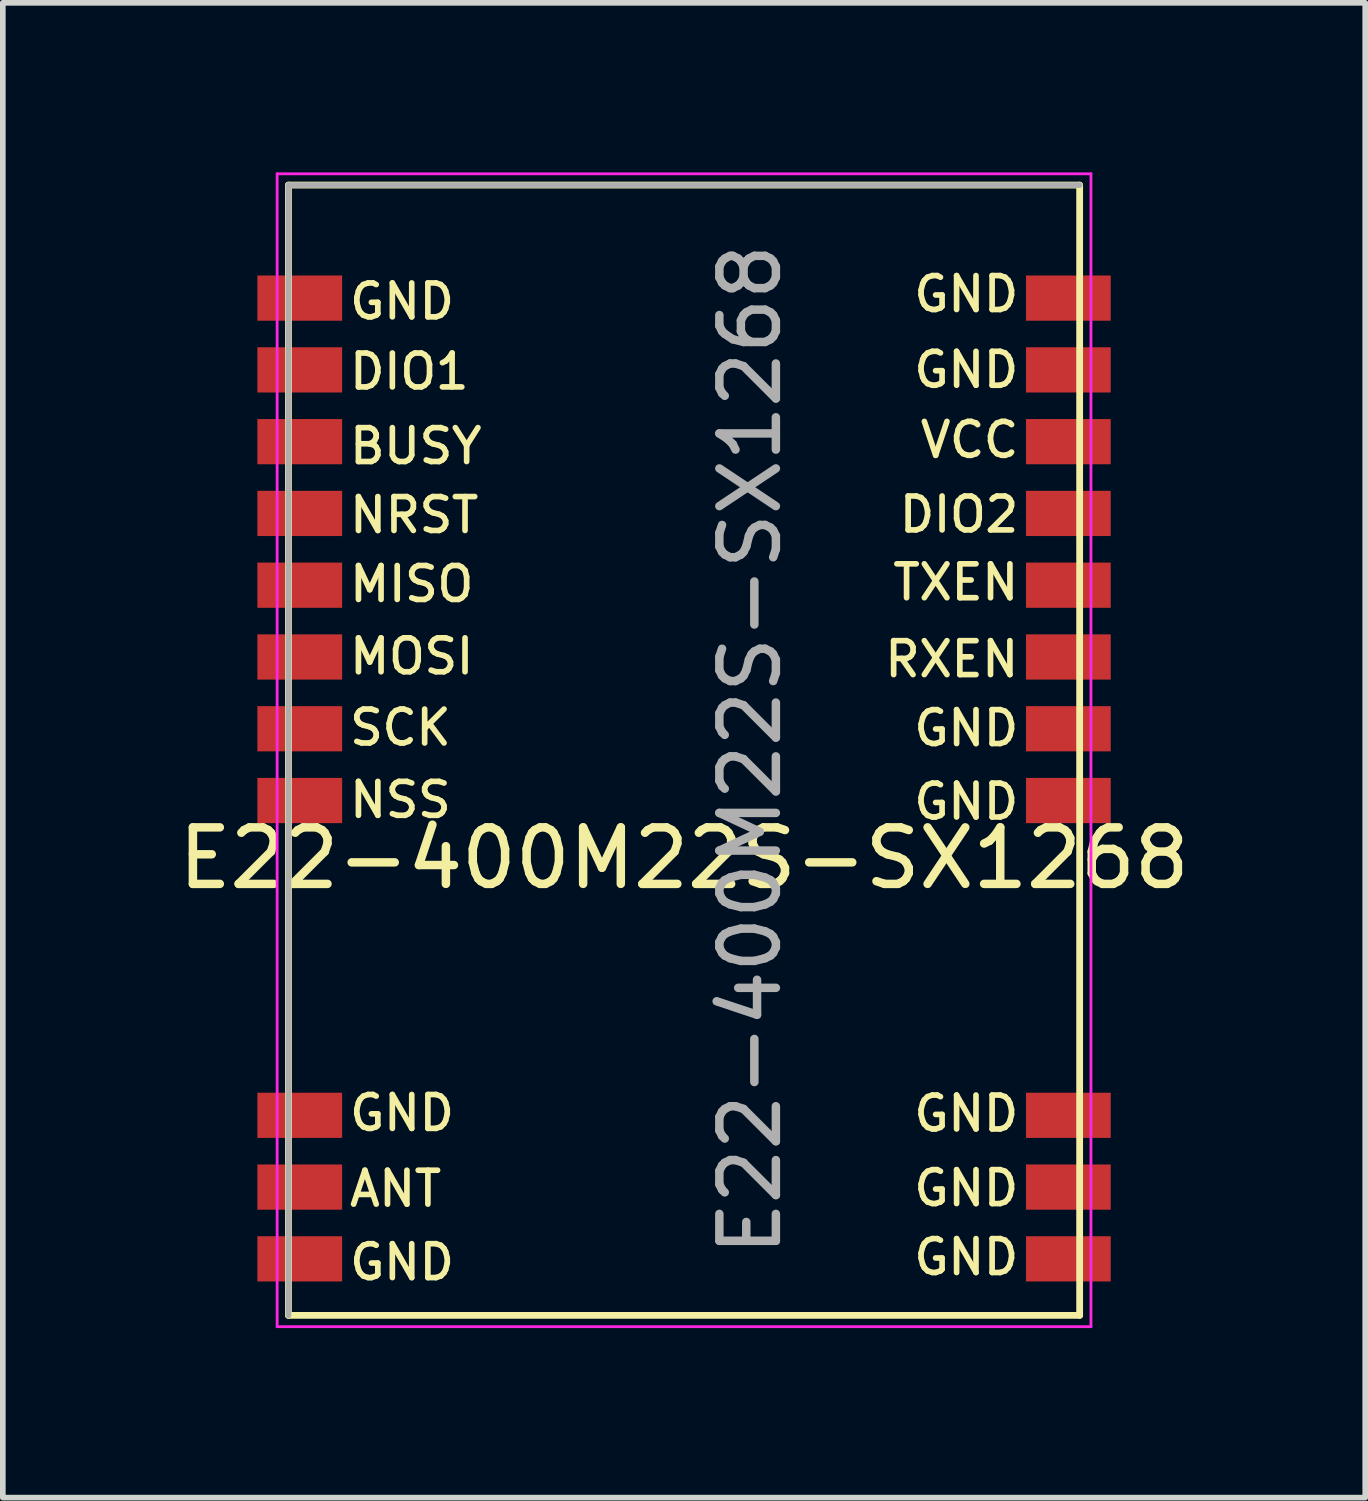
<source format=kicad_pcb>
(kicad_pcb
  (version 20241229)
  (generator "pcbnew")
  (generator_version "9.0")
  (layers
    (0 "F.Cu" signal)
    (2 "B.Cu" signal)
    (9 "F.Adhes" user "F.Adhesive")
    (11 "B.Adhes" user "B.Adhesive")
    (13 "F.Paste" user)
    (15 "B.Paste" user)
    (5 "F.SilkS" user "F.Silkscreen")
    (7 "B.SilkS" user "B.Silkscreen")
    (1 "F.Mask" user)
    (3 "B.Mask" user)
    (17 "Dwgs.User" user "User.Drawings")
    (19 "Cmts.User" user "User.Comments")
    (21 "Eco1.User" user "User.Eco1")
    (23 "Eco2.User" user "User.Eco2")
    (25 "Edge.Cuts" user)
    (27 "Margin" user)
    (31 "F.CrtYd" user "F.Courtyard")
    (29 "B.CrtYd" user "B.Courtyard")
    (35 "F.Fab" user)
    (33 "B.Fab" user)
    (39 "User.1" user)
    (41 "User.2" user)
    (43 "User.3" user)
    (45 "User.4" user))
  (footprint "E22-400M22S-SX1268"
    (layer "F.Cu")
    (at 9.054 10.225)
    (property "Reference" "E22-400M22S-SX1268" (at 0 1.91 0) (layer "F.SilkS") (effects (font (size 1 1) (thickness 0.15))))
    (attr smd)
    (fp_line (start -7 -10) (end -7 10) (stroke (width 0.12) (type solid)) (layer "F.SilkS"))
    (fp_line (start 7 -10) (end -7 -10) (stroke (width 0.12) (type solid)) (layer "F.SilkS"))
    (fp_line (start 7 -10) (end 7 10) (stroke (width 0.12) (type solid)) (layer "F.SilkS"))
    (fp_line (start 7 10) (end -7 10) (stroke (width 0.12) (type solid)) (layer "F.SilkS"))
    (fp_line (start -7.2 -10.2) (end -7.2 10.2) (stroke (width 0.05) (type solid)) (layer "F.CrtYd"))
    (fp_line (start -7.2 -10.2) (end 7.2 -10.2) (stroke (width 0.05) (type solid)) (layer "F.CrtYd"))
    (fp_line (start -7.2 10.2) (end 7.2 10.2) (stroke (width 0.05) (type solid)) (layer "F.CrtYd"))
    (fp_line (start 7.2 -10.2) (end 7.2 10.2) (stroke (width 0.05) (type solid)) (layer "F.CrtYd"))
    (fp_line (start -7 -10) (end -7 10) (stroke (width 0.1) (type solid)) (layer "F.Fab"))
    (fp_line (start 7 -10) (end -7 -10) (stroke (width 0.1) (type solid)) (layer "F.Fab"))
    (fp_text user "GND" (at 4.014 6.78 0) (unlocked yes) (layer "F.SilkS") (effects (font (size 0.6 0.6) (thickness 0.1)) (justify left bottom)))
    (fp_text user "GND" (at 4.014 -7.72 0) (unlocked yes) (layer "F.SilkS") (effects (font (size 0.6 0.6) (thickness 0.1)) (justify left bottom)))
    (fp_text user "GND" (at -5.97 6.77 0) (unlocked yes) (layer "F.SilkS") (effects (font (size 0.6 0.6) (thickness 0.1)) (justify left bottom)))
    (fp_text user "MOSI" (at -5.97 -1.31 0) (unlocked yes) (layer "F.SilkS") (effects (font (size 0.6 0.6) (thickness 0.1)) (justify left bottom)))
    (fp_text user "NSS" (at -5.97 1.23 0) (unlocked yes) (layer "F.SilkS") (effects (font (size 0.6 0.6) (thickness 0.1)) (justify left bottom)))
    (fp_text user "GND" (at -5.97 9.41 0) (unlocked yes) (layer "F.SilkS") (effects (font (size 0.6 0.6) (thickness 0.1)) (justify left bottom)))
    (fp_text user "MISO" (at -5.97 -2.59 0) (unlocked yes) (layer "F.SilkS") (effects (font (size 0.6 0.6) (thickness 0.1)) (justify left bottom)))
    (fp_text user "DIO1" (at -5.97 -6.35 0) (unlocked yes) (layer "F.SilkS") (effects (font (size 0.6 0.6) (thickness 0.1)) (justify left bottom)))
    (fp_text user "GND" (at 4.014 -6.38 0) (unlocked yes) (layer "F.SilkS") (effects (font (size 0.6 0.6) (thickness 0.1)) (justify left bottom)))
    (fp_text user "GND" (at 4.014 8.1 0) (unlocked yes) (layer "F.SilkS") (effects (font (size 0.6 0.6) (thickness 0.1)) (justify left bottom)))
    (fp_text user "GND" (at 4.014 1.26 0) (unlocked yes) (layer "F.SilkS") (effects (font (size 0.6 0.6) (thickness 0.1)) (justify left bottom)))
    (fp_text user "SCK" (at -5.97 -0.05 0) (unlocked yes) (layer "F.SilkS") (effects (font (size 0.6 0.6) (thickness 0.1)) (justify left bottom)))
    (fp_text user "GND" (at 4.014 9.32 0) (unlocked yes) (layer "F.SilkS") (effects (font (size 0.6 0.6) (thickness 0.1)) (justify left bottom)))
    (fp_text user "VCC" (at 4.129 -5.14 0) (unlocked yes) (layer "F.SilkS") (effects (font (size 0.6 0.6) (thickness 0.1)) (justify left bottom)))
    (fp_text user "ANT" (at -5.97 8.11 0) (unlocked yes) (layer "F.SilkS") (effects (font (size 0.6 0.6) (thickness 0.1)) (justify left bottom)))
    (fp_text user "TXEN" (at 3.643 -2.62 0) (unlocked yes) (layer "F.SilkS") (effects (font (size 0.6 0.6) (thickness 0.1)) (justify left bottom)))
    (fp_text user "DIO2" (at 3.757 -3.82 0) (unlocked yes) (layer "F.SilkS") (effects (font (size 0.6 0.6) (thickness 0.1)) (justify left bottom)))
    (fp_text user "RXEN" (at 3.5 -1.26 0) (unlocked yes) (layer "F.SilkS") (effects (font (size 0.6 0.6) (thickness 0.1)) (justify left bottom)))
    (fp_text user "NRST" (at -5.97 -3.81 0) (unlocked yes) (layer "F.SilkS") (effects (font (size 0.6 0.6) (thickness 0.1)) (justify left bottom)))
    (fp_text user "GND" (at -5.97 -7.59 0) (unlocked yes) (layer "F.SilkS") (effects (font (size 0.6 0.6) (thickness 0.1)) (justify left bottom)))
    (fp_text user "GND" (at 4.014 -0.04 0) (unlocked yes) (layer "F.SilkS") (effects (font (size 0.6 0.6) (thickness 0.1)) (justify left bottom)))
    (fp_text user "BUSY" (at -5.97 -5.03 0) (unlocked yes) (layer "F.SilkS") (effects (font (size 0.6 0.6) (thickness 0.1)) (justify left bottom)))
    (fp_text user "${REFERENCE}" (at 1.17 -0.01 90) (layer "F.Fab") (effects (font (size 1 1) (thickness 0.15))))
    (pad "1" smd rect (at 6.8 9) (size 1.5 0.8) (layers "F.Cu" "F.Mask" "F.Paste"))
    (pad "2" smd rect (at 6.8 7.73) (size 1.5 0.8) (layers "F.Cu" "F.Mask" "F.Paste"))
    (pad "3" smd rect (at 6.8 6.46) (size 1.5 0.8) (layers "F.Cu" "F.Mask" "F.Paste"))
    (pad "4" smd rect (at 6.8 0.89) (size 1.5 0.8) (layers "F.Cu" "F.Mask" "F.Paste"))
    (pad "5" smd rect (at 6.8 -0.38) (size 1.5 0.8) (layers "F.Cu" "F.Mask" "F.Paste"))
    (pad "6" smd rect (at 6.8 -1.65) (size 1.5 0.8) (layers "F.Cu" "F.Mask" "F.Paste"))
    (pad "7" smd rect (at 6.8 -2.92) (size 1.5 0.8) (layers "F.Cu" "F.Mask" "F.Paste"))
    (pad "8" smd rect (at 6.8 -4.19) (size 1.5 0.8) (layers "F.Cu" "F.Mask" "F.Paste"))
    (pad "9" smd rect (at 6.8 -5.46) (size 1.5 0.8) (layers "F.Cu" "F.Mask" "F.Paste"))
    (pad "10" smd rect (at 6.8 -6.73) (size 1.5 0.8) (layers "F.Cu" "F.Mask" "F.Paste"))
    (pad "11" smd rect (at 6.8 -8) (size 1.5 0.8) (layers "F.Cu" "F.Mask" "F.Paste"))
    (pad "12" smd rect (at -6.8 -8) (size 1.5 0.8) (layers "F.Cu" "F.Mask" "F.Paste"))
    (pad "13" smd rect (at -6.8 -6.73) (size 1.5 0.8) (layers "F.Cu" "F.Mask" "F.Paste"))
    (pad "14" smd rect (at -6.8 -5.46) (size 1.5 0.8) (layers "F.Cu" "F.Mask" "F.Paste"))
    (pad "15" smd rect (at -6.8 -4.19) (size 1.5 0.8) (layers "F.Cu" "F.Mask" "F.Paste"))
    (pad "16" smd rect (at -6.8 -2.92) (size 1.5 0.8) (layers "F.Cu" "F.Mask" "F.Paste"))
    (pad "17" smd rect (at -6.8 -1.65) (size 1.5 0.8) (layers "F.Cu" "F.Mask" "F.Paste"))
    (pad "18" smd rect (at -6.8 -0.38) (size 1.5 0.8) (layers "F.Cu" "F.Mask" "F.Paste"))
    (pad "19" smd rect (at -6.8 0.89) (size 1.5 0.8) (layers "F.Cu" "F.Mask" "F.Paste"))
    (pad "20" smd rect (at -6.8 6.46) (size 1.5 0.8) (layers "F.Cu" "F.Mask" "F.Paste"))
    (pad "21" smd rect (at -6.8 7.73) (size 1.5 0.8) (layers "F.Cu" "F.Mask" "F.Paste"))
    (pad "22" smd rect (at -6.8 9) (size 1.5 0.8) (layers "F.Cu" "F.Mask" "F.Paste")))
  (gr_rect
    (start -3 -3)
    (end 21.107 23.45)
    (stroke (width 0.1) (type default))
    (fill no)
    (layer "Edge.Cuts")))
</source>
